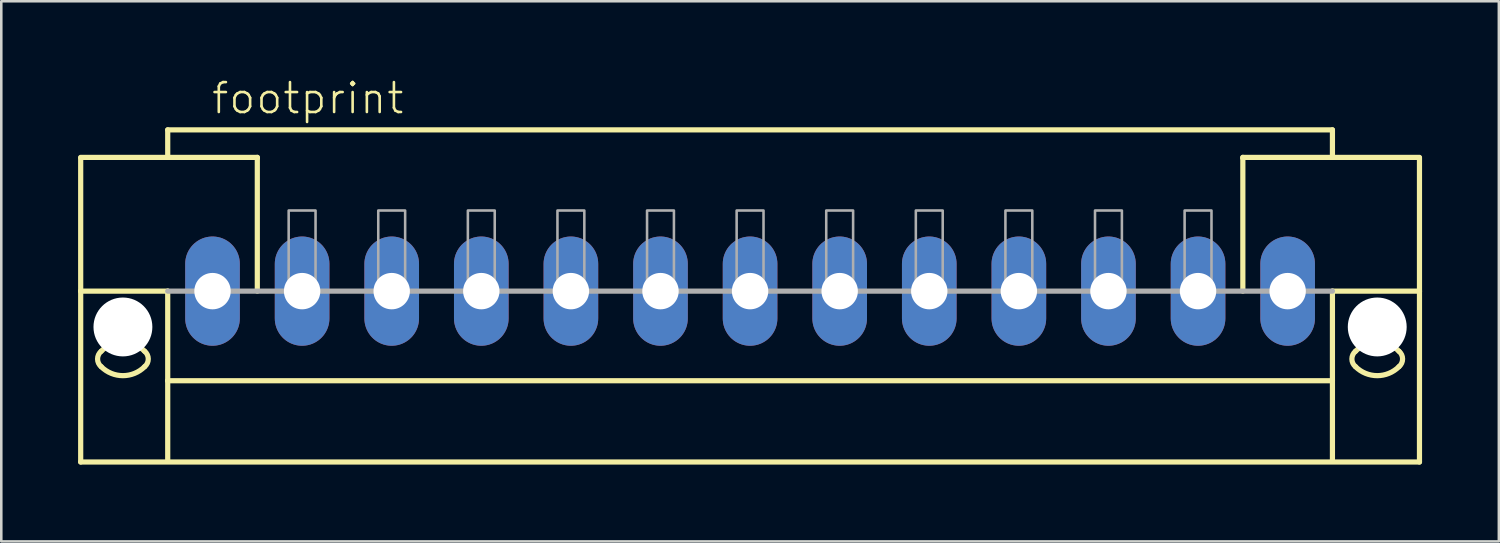
<source format=kicad_pcb>
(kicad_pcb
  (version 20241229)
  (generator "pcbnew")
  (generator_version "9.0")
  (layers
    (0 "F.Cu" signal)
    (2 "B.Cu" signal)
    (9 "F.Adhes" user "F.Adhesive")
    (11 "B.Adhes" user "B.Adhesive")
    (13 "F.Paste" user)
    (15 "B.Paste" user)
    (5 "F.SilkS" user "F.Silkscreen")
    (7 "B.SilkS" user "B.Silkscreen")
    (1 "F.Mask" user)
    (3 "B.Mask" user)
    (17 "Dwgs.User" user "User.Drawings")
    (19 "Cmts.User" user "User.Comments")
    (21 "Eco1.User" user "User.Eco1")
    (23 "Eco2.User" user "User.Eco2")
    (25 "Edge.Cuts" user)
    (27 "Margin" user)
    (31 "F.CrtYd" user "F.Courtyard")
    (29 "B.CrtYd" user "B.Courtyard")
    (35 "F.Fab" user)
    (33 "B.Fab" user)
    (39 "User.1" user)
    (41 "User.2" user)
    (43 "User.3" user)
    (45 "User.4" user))
  (footprint "footprint"
    (layer "F.Cu")
    (at 26.252 8.323)
    (property "Reference" "footprint" (at -21.1 -6.85 0) (layer "F.SilkS") (effects (font (size 1.168 1.168) (thickness 0.102)) (justify left bottom)))
    (fp_line (start -26.15 -5.225) (end -19.25 -5.225) (stroke (width 0.203) (type solid)) (layer "F.SilkS"))
    (fp_line (start -26.15 -5.2) (end -26.15 0) (stroke (width 0.203) (type solid)) (layer "F.SilkS"))
    (fp_line (start -26.15 0) (end -26.15 6.675) (stroke (width 0.203) (type solid)) (layer "F.SilkS"))
    (fp_line (start -26.15 0) (end -22.75 0) (stroke (width 0.203) (type solid)) (layer "F.SilkS"))
    (fp_line (start -26.15 6.675) (end 26.15 6.675) (stroke (width 0.203) (type solid)) (layer "F.SilkS"))
    (fp_line (start -22.75 -6.3) (end 22.75 -6.3) (stroke (width 0.203) (type solid)) (layer "F.SilkS"))
    (fp_line (start -22.75 -5.3) (end -22.75 -6.3) (stroke (width 0.203) (type solid)) (layer "F.SilkS"))
    (fp_line (start -22.75 0) (end -22.75 3.5) (stroke (width 0.203) (type solid)) (layer "F.SilkS"))
    (fp_line (start -22.75 3.5) (end 22.75 3.5) (stroke (width 0.203) (type solid)) (layer "F.SilkS"))
    (fp_line (start -22.75 6.65) (end -22.75 3.5) (stroke (width 0.203) (type solid)) (layer "F.SilkS"))
    (fp_line (start -19.25 -5.225) (end -19.25 -5.2) (stroke (width 0.203) (type solid)) (layer "F.SilkS"))
    (fp_line (start -19.25 -5.175) (end -19.25 0) (stroke (width 0.203) (type solid)) (layer "F.SilkS"))
    (fp_line (start 19.25 -5.225) (end 26.15 -5.225) (stroke (width 0.203) (type solid)) (layer "F.SilkS"))
    (fp_line (start 19.25 -5.2) (end 19.25 -5.225) (stroke (width 0.203) (type solid)) (layer "F.SilkS"))
    (fp_line (start 19.25 0) (end 19.25 -5.175) (stroke (width 0.203) (type solid)) (layer "F.SilkS"))
    (fp_line (start 22.75 -6.3) (end 22.75 -5.3) (stroke (width 0.203) (type solid)) (layer "F.SilkS"))
    (fp_line (start 22.75 3.5) (end 22.75 0) (stroke (width 0.203) (type solid)) (layer "F.SilkS"))
    (fp_line (start 22.75 6.65) (end 22.75 3.5) (stroke (width 0.203) (type solid)) (layer "F.SilkS"))
    (fp_line (start 26.15 0) (end 22.75 0) (stroke (width 0.203) (type solid)) (layer "F.SilkS"))
    (fp_line (start 26.15 0) (end 26.15 -5.2) (stroke (width 0.203) (type solid)) (layer "F.SilkS"))
    (fp_line (start 26.15 6.675) (end 26.15 0) (stroke (width 0.203) (type solid)) (layer "F.SilkS"))
    (fp_arc (start -25.35 2.35) (mid -24.5 1.997918) (end -23.65 2.35) (stroke (width 0.2032) (type solid)) (layer "F.SilkS"))
    (fp_arc (start -25.35 2.95) (mid -25.490512 2.65) (end -25.35 2.35) (stroke (width 0.2032) (type solid)) (layer "F.SilkS"))
    (fp_arc (start -23.65 2.95) (mid -24.5 3.302082) (end -25.35 2.95) (stroke (width 0.2032) (type solid)) (layer "F.SilkS"))
    (fp_arc (start -23.649999 2.350001) (mid -23.509487 2.650001) (end -23.65 2.95) (stroke (width 0.2032) (type solid)) (layer "F.SilkS"))
    (fp_arc (start 23.649999 2.949999) (mid 23.509487 2.649999) (end 23.65 2.35) (stroke (width 0.2032) (type solid)) (layer "F.SilkS"))
    (fp_arc (start 23.65 2.35) (mid 24.5 1.997918) (end 25.35 2.35) (stroke (width 0.2032) (type solid)) (layer "F.SilkS"))
    (fp_arc (start 25.35 2.35) (mid 25.490512 2.65) (end 25.35 2.95) (stroke (width 0.2032) (type solid)) (layer "F.SilkS"))
    (fp_arc (start 25.35 2.95) (mid 24.5 3.302082) (end 23.65 2.95) (stroke (width 0.2032) (type solid)) (layer "F.SilkS"))
    (fp_line (start 22.75 0) (end -22.75 0) (stroke (width 0.203) (type solid)) (layer "F.Fab"))
    (fp_poly (pts (xy -18.025 0) (xy -16.975 0) (xy -16.975 -3.15) (xy -18.025 -3.15)) (stroke (width 0.1) (type solid)) (fill no) (layer "F.Fab"))
    (fp_poly (pts (xy -14.525 0) (xy -13.475 0) (xy -13.475 -3.15) (xy -14.525 -3.15)) (stroke (width 0.1) (type solid)) (fill no) (layer "F.Fab"))
    (fp_poly (pts (xy -11.025 0) (xy -9.975 0) (xy -9.975 -3.15) (xy -11.025 -3.15)) (stroke (width 0.1) (type solid)) (fill no) (layer "F.Fab"))
    (fp_poly (pts (xy -7.525 0) (xy -6.475 0) (xy -6.475 -3.15) (xy -7.525 -3.15)) (stroke (width 0.1) (type solid)) (fill no) (layer "F.Fab"))
    (fp_poly (pts (xy -4.025 0) (xy -2.975 0) (xy -2.975 -3.15) (xy -4.025 -3.15)) (stroke (width 0.1) (type solid)) (fill no) (layer "F.Fab"))
    (fp_poly (pts (xy -0.525 0) (xy 0.525 0) (xy 0.525 -3.15) (xy -0.525 -3.15)) (stroke (width 0.1) (type solid)) (fill no) (layer "F.Fab"))
    (fp_poly (pts (xy 2.975 0) (xy 4.025 0) (xy 4.025 -3.15) (xy 2.975 -3.15)) (stroke (width 0.1) (type solid)) (fill no) (layer "F.Fab"))
    (fp_poly (pts (xy 6.475 0) (xy 7.525 0) (xy 7.525 -3.15) (xy 6.475 -3.15)) (stroke (width 0.1) (type solid)) (fill no) (layer "F.Fab"))
    (fp_poly (pts (xy 9.975 0) (xy 11.025 0) (xy 11.025 -3.15) (xy 9.975 -3.15)) (stroke (width 0.1) (type solid)) (fill no) (layer "F.Fab"))
    (fp_poly (pts (xy 13.475 0) (xy 14.525 0) (xy 14.525 -3.15) (xy 13.475 -3.15)) (stroke (width 0.1) (type solid)) (fill no) (layer "F.Fab"))
    (fp_poly (pts (xy 16.975 0) (xy 18.025 0) (xy 18.025 -3.15) (xy 16.975 -3.15)) (stroke (width 0.1) (type solid)) (fill no) (layer "F.Fab"))
    (pad "" np_thru_hole circle (at -24.5 1.4) (size 2.3 2.3) (drill 2.3) (layers "*.Cu" "*.Mask"))
    (pad "" np_thru_hole circle (at 24.5 1.4) (size 2.3 2.3) (drill 2.3) (layers "*.Cu" "*.Mask"))
    (pad "1" thru_hole oval (at -21 0 90) (size 4.267 2.134) (drill 1.422) (layers "*.Cu" "*.Mask"))
    (pad "2" thru_hole oval (at -17.5 0 90) (size 4.267 2.134) (drill 1.422) (layers "*.Cu" "*.Mask"))
    (pad "3" thru_hole oval (at -14 0 90) (size 4.267 2.134) (drill 1.422) (layers "*.Cu" "*.Mask"))
    (pad "4" thru_hole oval (at -10.5 0 90) (size 4.267 2.134) (drill 1.422) (layers "*.Cu" "*.Mask"))
    (pad "5" thru_hole oval (at -7 0 90) (size 4.267 2.134) (drill 1.422) (layers "*.Cu" "*.Mask"))
    (pad "6" thru_hole oval (at -3.5 0 90) (size 4.267 2.134) (drill 1.422) (layers "*.Cu" "*.Mask"))
    (pad "7" thru_hole oval (at 0 0 90) (size 4.267 2.134) (drill 1.422) (layers "*.Cu" "*.Mask"))
    (pad "8" thru_hole oval (at 3.5 0 90) (size 4.267 2.134) (drill 1.422) (layers "*.Cu" "*.Mask"))
    (pad "9" thru_hole oval (at 7 0 90) (size 4.267 2.134) (drill 1.422) (layers "*.Cu" "*.Mask"))
    (pad "10" thru_hole oval (at 10.5 0 90) (size 4.267 2.134) (drill 1.422) (layers "*.Cu" "*.Mask"))
    (pad "11" thru_hole oval (at 14 0 90) (size 4.267 2.134) (drill 1.422) (layers "*.Cu" "*.Mask"))
    (pad "12" thru_hole oval (at 17.5 0 90) (size 4.267 2.134) (drill 1.422) (layers "*.Cu" "*.Mask"))
    (pad "13" thru_hole oval (at 21 0 90) (size 4.267 2.134) (drill 1.422) (layers "*.Cu" "*.Mask")))
  (gr_rect
    (start -3 -3)
    (end 55.503 18.1)
    (stroke (width 0.1) (type default))
    (fill no)
    (layer "Edge.Cuts")))
</source>
